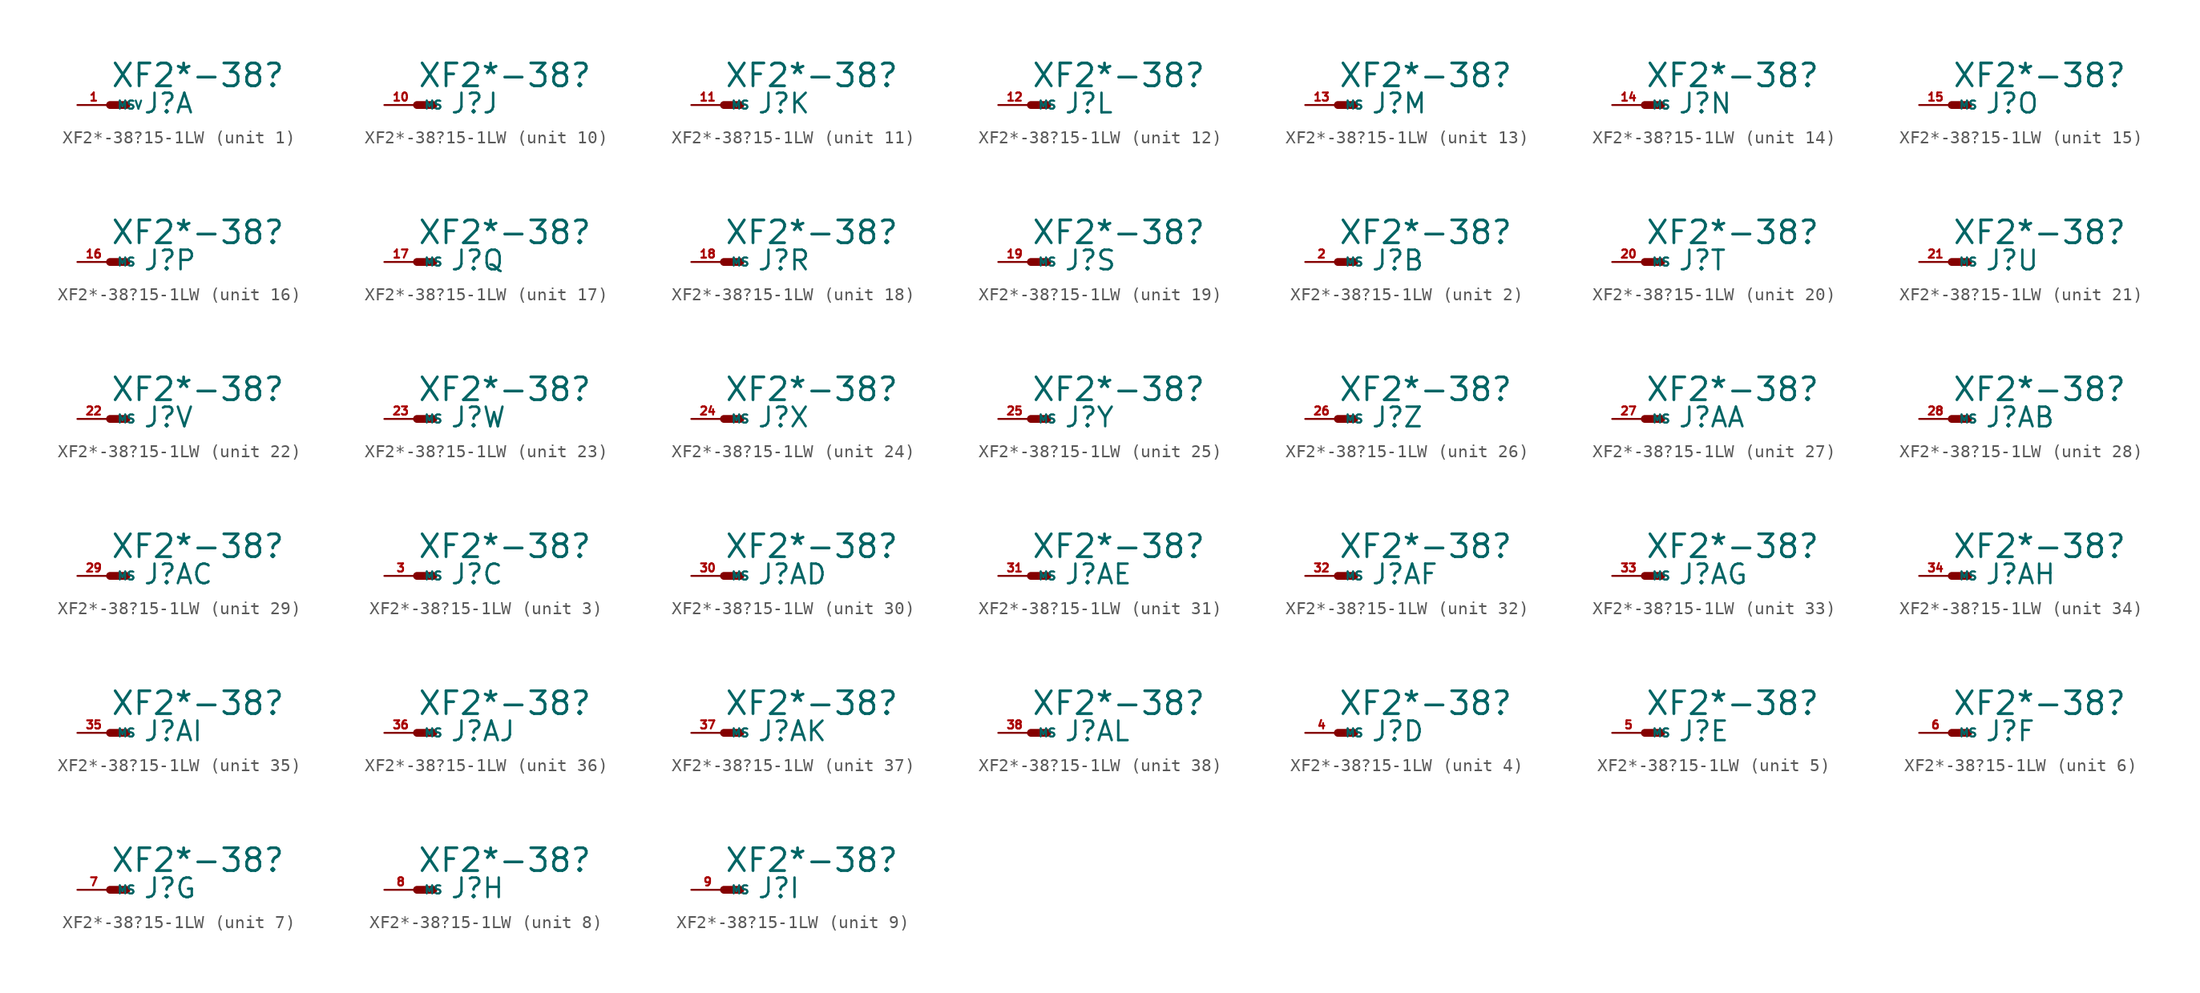
<source format=kicad_sym>
(kicad_symbol_lib
  (version 20220914)
  (generator Eagle2Kicad)
  (symbol "XF2*-38?15-1LW"
    (property "Reference" "J"
      (at 2.54 -0.762 0)
      (effects (font (size 1.524 1.524) (thickness 0.19)) (justify left bottom)))
    (property "Value" "XF2*-38?"
      (at 0 1.27 0)
      (effects (font (size 1.778 1.778) (thickness 0.22)) (justify left bottom)))
    (symbol "XF2*-38?15-1LW_1_0"
      (polyline (pts (xy 0 0) (xy 1.27 0)) (stroke (width 0.61) (type default)) (fill (type none)))
      (pin passive line (at -2.54 0 0) (length 2.54) (name "MSV" (effects (font (size 0.635 0.635) (thickness 0.08)) (justify left bottom))) (number "1" (effects (font (size 0.635 0.635) (thickness 0.08)) (justify left bottom)))))
    (symbol "XF2*-38?15-1LW_2_0"
      (polyline (pts (xy 0 0) (xy 1.27 0)) (stroke (width 0.61) (type default)) (fill (type none)))
      (pin passive line (at -2.54 0 0) (length 2.54) (name "MS" (effects (font (size 0.635 0.635) (thickness 0.08)) (justify left bottom))) (number "2" (effects (font (size 0.635 0.635) (thickness 0.08)) (justify left bottom)))))
    (symbol "XF2*-38?15-1LW_3_0"
      (polyline (pts (xy 0 0) (xy 1.27 0)) (stroke (width 0.61) (type default)) (fill (type none)))
      (pin passive line (at -2.54 0 0) (length 2.54) (name "MS" (effects (font (size 0.635 0.635) (thickness 0.08)) (justify left bottom))) (number "3" (effects (font (size 0.635 0.635) (thickness 0.08)) (justify left bottom)))))
    (symbol "XF2*-38?15-1LW_4_0"
      (polyline (pts (xy 0 0) (xy 1.27 0)) (stroke (width 0.61) (type default)) (fill (type none)))
      (pin passive line (at -2.54 0 0) (length 2.54) (name "MS" (effects (font (size 0.635 0.635) (thickness 0.08)) (justify left bottom))) (number "4" (effects (font (size 0.635 0.635) (thickness 0.08)) (justify left bottom)))))
    (symbol "XF2*-38?15-1LW_5_0"
      (polyline (pts (xy 0 0) (xy 1.27 0)) (stroke (width 0.61) (type default)) (fill (type none)))
      (pin passive line (at -2.54 0 0) (length 2.54) (name "MS" (effects (font (size 0.635 0.635) (thickness 0.08)) (justify left bottom))) (number "5" (effects (font (size 0.635 0.635) (thickness 0.08)) (justify left bottom)))))
    (symbol "XF2*-38?15-1LW_6_0"
      (polyline (pts (xy 0 0) (xy 1.27 0)) (stroke (width 0.61) (type default)) (fill (type none)))
      (pin passive line (at -2.54 0 0) (length 2.54) (name "MS" (effects (font (size 0.635 0.635) (thickness 0.08)) (justify left bottom))) (number "6" (effects (font (size 0.635 0.635) (thickness 0.08)) (justify left bottom)))))
    (symbol "XF2*-38?15-1LW_7_0"
      (polyline (pts (xy 0 0) (xy 1.27 0)) (stroke (width 0.61) (type default)) (fill (type none)))
      (pin passive line (at -2.54 0 0) (length 2.54) (name "MS" (effects (font (size 0.635 0.635) (thickness 0.08)) (justify left bottom))) (number "7" (effects (font (size 0.635 0.635) (thickness 0.08)) (justify left bottom)))))
    (symbol "XF2*-38?15-1LW_8_0"
      (polyline (pts (xy 0 0) (xy 1.27 0)) (stroke (width 0.61) (type default)) (fill (type none)))
      (pin passive line (at -2.54 0 0) (length 2.54) (name "MS" (effects (font (size 0.635 0.635) (thickness 0.08)) (justify left bottom))) (number "8" (effects (font (size 0.635 0.635) (thickness 0.08)) (justify left bottom)))))
    (symbol "XF2*-38?15-1LW_9_0"
      (polyline (pts (xy 0 0) (xy 1.27 0)) (stroke (width 0.61) (type default)) (fill (type none)))
      (pin passive line (at -2.54 0 0) (length 2.54) (name "MS" (effects (font (size 0.635 0.635) (thickness 0.08)) (justify left bottom))) (number "9" (effects (font (size 0.635 0.635) (thickness 0.08)) (justify left bottom)))))
    (symbol "XF2*-38?15-1LW_10_0"
      (polyline (pts (xy 0 0) (xy 1.27 0)) (stroke (width 0.61) (type default)) (fill (type none)))
      (pin passive line (at -2.54 0 0) (length 2.54) (name "MS" (effects (font (size 0.635 0.635) (thickness 0.08)) (justify left bottom))) (number "10" (effects (font (size 0.635 0.635) (thickness 0.08)) (justify left bottom)))))
    (symbol "XF2*-38?15-1LW_11_0"
      (polyline (pts (xy 0 0) (xy 1.27 0)) (stroke (width 0.61) (type default)) (fill (type none)))
      (pin passive line (at -2.54 0 0) (length 2.54) (name "MS" (effects (font (size 0.635 0.635) (thickness 0.08)) (justify left bottom))) (number "11" (effects (font (size 0.635 0.635) (thickness 0.08)) (justify left bottom)))))
    (symbol "XF2*-38?15-1LW_12_0"
      (polyline (pts (xy 0 0) (xy 1.27 0)) (stroke (width 0.61) (type default)) (fill (type none)))
      (pin passive line (at -2.54 0 0) (length 2.54) (name "MS" (effects (font (size 0.635 0.635) (thickness 0.08)) (justify left bottom))) (number "12" (effects (font (size 0.635 0.635) (thickness 0.08)) (justify left bottom)))))
    (symbol "XF2*-38?15-1LW_13_0"
      (polyline (pts (xy 0 0) (xy 1.27 0)) (stroke (width 0.61) (type default)) (fill (type none)))
      (pin passive line (at -2.54 0 0) (length 2.54) (name "MS" (effects (font (size 0.635 0.635) (thickness 0.08)) (justify left bottom))) (number "13" (effects (font (size 0.635 0.635) (thickness 0.08)) (justify left bottom)))))
    (symbol "XF2*-38?15-1LW_14_0"
      (polyline (pts (xy 0 0) (xy 1.27 0)) (stroke (width 0.61) (type default)) (fill (type none)))
      (pin passive line (at -2.54 0 0) (length 2.54) (name "MS" (effects (font (size 0.635 0.635) (thickness 0.08)) (justify left bottom))) (number "14" (effects (font (size 0.635 0.635) (thickness 0.08)) (justify left bottom)))))
    (symbol "XF2*-38?15-1LW_15_0"
      (polyline (pts (xy 0 0) (xy 1.27 0)) (stroke (width 0.61) (type default)) (fill (type none)))
      (pin passive line (at -2.54 0 0) (length 2.54) (name "MS" (effects (font (size 0.635 0.635) (thickness 0.08)) (justify left bottom))) (number "15" (effects (font (size 0.635 0.635) (thickness 0.08)) (justify left bottom)))))
    (symbol "XF2*-38?15-1LW_16_0"
      (polyline (pts (xy 0 0) (xy 1.27 0)) (stroke (width 0.61) (type default)) (fill (type none)))
      (pin passive line (at -2.54 0 0) (length 2.54) (name "MS" (effects (font (size 0.635 0.635) (thickness 0.08)) (justify left bottom))) (number "16" (effects (font (size 0.635 0.635) (thickness 0.08)) (justify left bottom)))))
    (symbol "XF2*-38?15-1LW_17_0"
      (polyline (pts (xy 0 0) (xy 1.27 0)) (stroke (width 0.61) (type default)) (fill (type none)))
      (pin passive line (at -2.54 0 0) (length 2.54) (name "MS" (effects (font (size 0.635 0.635) (thickness 0.08)) (justify left bottom))) (number "17" (effects (font (size 0.635 0.635) (thickness 0.08)) (justify left bottom)))))
    (symbol "XF2*-38?15-1LW_18_0"
      (polyline (pts (xy 0 0) (xy 1.27 0)) (stroke (width 0.61) (type default)) (fill (type none)))
      (pin passive line (at -2.54 0 0) (length 2.54) (name "MS" (effects (font (size 0.635 0.635) (thickness 0.08)) (justify left bottom))) (number "18" (effects (font (size 0.635 0.635) (thickness 0.08)) (justify left bottom)))))
    (symbol "XF2*-38?15-1LW_19_0"
      (polyline (pts (xy 0 0) (xy 1.27 0)) (stroke (width 0.61) (type default)) (fill (type none)))
      (pin passive line (at -2.54 0 0) (length 2.54) (name "MS" (effects (font (size 0.635 0.635) (thickness 0.08)) (justify left bottom))) (number "19" (effects (font (size 0.635 0.635) (thickness 0.08)) (justify left bottom)))))
    (symbol "XF2*-38?15-1LW_20_0"
      (polyline (pts (xy 0 0) (xy 1.27 0)) (stroke (width 0.61) (type default)) (fill (type none)))
      (pin passive line (at -2.54 0 0) (length 2.54) (name "MS" (effects (font (size 0.635 0.635) (thickness 0.08)) (justify left bottom))) (number "20" (effects (font (size 0.635 0.635) (thickness 0.08)) (justify left bottom)))))
    (symbol "XF2*-38?15-1LW_21_0"
      (polyline (pts (xy 0 0) (xy 1.27 0)) (stroke (width 0.61) (type default)) (fill (type none)))
      (pin passive line (at -2.54 0 0) (length 2.54) (name "MS" (effects (font (size 0.635 0.635) (thickness 0.08)) (justify left bottom))) (number "21" (effects (font (size 0.635 0.635) (thickness 0.08)) (justify left bottom)))))
    (symbol "XF2*-38?15-1LW_22_0"
      (polyline (pts (xy 0 0) (xy 1.27 0)) (stroke (width 0.61) (type default)) (fill (type none)))
      (pin passive line (at -2.54 0 0) (length 2.54) (name "MS" (effects (font (size 0.635 0.635) (thickness 0.08)) (justify left bottom))) (number "22" (effects (font (size 0.635 0.635) (thickness 0.08)) (justify left bottom)))))
    (symbol "XF2*-38?15-1LW_23_0"
      (polyline (pts (xy 0 0) (xy 1.27 0)) (stroke (width 0.61) (type default)) (fill (type none)))
      (pin passive line (at -2.54 0 0) (length 2.54) (name "MS" (effects (font (size 0.635 0.635) (thickness 0.08)) (justify left bottom))) (number "23" (effects (font (size 0.635 0.635) (thickness 0.08)) (justify left bottom)))))
    (symbol "XF2*-38?15-1LW_24_0"
      (polyline (pts (xy 0 0) (xy 1.27 0)) (stroke (width 0.61) (type default)) (fill (type none)))
      (pin passive line (at -2.54 0 0) (length 2.54) (name "MS" (effects (font (size 0.635 0.635) (thickness 0.08)) (justify left bottom))) (number "24" (effects (font (size 0.635 0.635) (thickness 0.08)) (justify left bottom)))))
    (symbol "XF2*-38?15-1LW_25_0"
      (polyline (pts (xy 0 0) (xy 1.27 0)) (stroke (width 0.61) (type default)) (fill (type none)))
      (pin passive line (at -2.54 0 0) (length 2.54) (name "MS" (effects (font (size 0.635 0.635) (thickness 0.08)) (justify left bottom))) (number "25" (effects (font (size 0.635 0.635) (thickness 0.08)) (justify left bottom)))))
    (symbol "XF2*-38?15-1LW_26_0"
      (polyline (pts (xy 0 0) (xy 1.27 0)) (stroke (width 0.61) (type default)) (fill (type none)))
      (pin passive line (at -2.54 0 0) (length 2.54) (name "MS" (effects (font (size 0.635 0.635) (thickness 0.08)) (justify left bottom))) (number "26" (effects (font (size 0.635 0.635) (thickness 0.08)) (justify left bottom)))))
    (symbol "XF2*-38?15-1LW_27_0"
      (polyline (pts (xy 0 0) (xy 1.27 0)) (stroke (width 0.61) (type default)) (fill (type none)))
      (pin passive line (at -2.54 0 0) (length 2.54) (name "MS" (effects (font (size 0.635 0.635) (thickness 0.08)) (justify left bottom))) (number "27" (effects (font (size 0.635 0.635) (thickness 0.08)) (justify left bottom)))))
    (symbol "XF2*-38?15-1LW_28_0"
      (polyline (pts (xy 0 0) (xy 1.27 0)) (stroke (width 0.61) (type default)) (fill (type none)))
      (pin passive line (at -2.54 0 0) (length 2.54) (name "MS" (effects (font (size 0.635 0.635) (thickness 0.08)) (justify left bottom))) (number "28" (effects (font (size 0.635 0.635) (thickness 0.08)) (justify left bottom)))))
    (symbol "XF2*-38?15-1LW_29_0"
      (polyline (pts (xy 0 0) (xy 1.27 0)) (stroke (width 0.61) (type default)) (fill (type none)))
      (pin passive line (at -2.54 0 0) (length 2.54) (name "MS" (effects (font (size 0.635 0.635) (thickness 0.08)) (justify left bottom))) (number "29" (effects (font (size 0.635 0.635) (thickness 0.08)) (justify left bottom)))))
    (symbol "XF2*-38?15-1LW_30_0"
      (polyline (pts (xy 0 0) (xy 1.27 0)) (stroke (width 0.61) (type default)) (fill (type none)))
      (pin passive line (at -2.54 0 0) (length 2.54) (name "MS" (effects (font (size 0.635 0.635) (thickness 0.08)) (justify left bottom))) (number "30" (effects (font (size 0.635 0.635) (thickness 0.08)) (justify left bottom)))))
    (symbol "XF2*-38?15-1LW_31_0"
      (polyline (pts (xy 0 0) (xy 1.27 0)) (stroke (width 0.61) (type default)) (fill (type none)))
      (pin passive line (at -2.54 0 0) (length 2.54) (name "MS" (effects (font (size 0.635 0.635) (thickness 0.08)) (justify left bottom))) (number "31" (effects (font (size 0.635 0.635) (thickness 0.08)) (justify left bottom)))))
    (symbol "XF2*-38?15-1LW_32_0"
      (polyline (pts (xy 0 0) (xy 1.27 0)) (stroke (width 0.61) (type default)) (fill (type none)))
      (pin passive line (at -2.54 0 0) (length 2.54) (name "MS" (effects (font (size 0.635 0.635) (thickness 0.08)) (justify left bottom))) (number "32" (effects (font (size 0.635 0.635) (thickness 0.08)) (justify left bottom)))))
    (symbol "XF2*-38?15-1LW_33_0"
      (polyline (pts (xy 0 0) (xy 1.27 0)) (stroke (width 0.61) (type default)) (fill (type none)))
      (pin passive line (at -2.54 0 0) (length 2.54) (name "MS" (effects (font (size 0.635 0.635) (thickness 0.08)) (justify left bottom))) (number "33" (effects (font (size 0.635 0.635) (thickness 0.08)) (justify left bottom)))))
    (symbol "XF2*-38?15-1LW_34_0"
      (polyline (pts (xy 0 0) (xy 1.27 0)) (stroke (width 0.61) (type default)) (fill (type none)))
      (pin passive line (at -2.54 0 0) (length 2.54) (name "MS" (effects (font (size 0.635 0.635) (thickness 0.08)) (justify left bottom))) (number "34" (effects (font (size 0.635 0.635) (thickness 0.08)) (justify left bottom)))))
    (symbol "XF2*-38?15-1LW_35_0"
      (polyline (pts (xy 0 0) (xy 1.27 0)) (stroke (width 0.61) (type default)) (fill (type none)))
      (pin passive line (at -2.54 0 0) (length 2.54) (name "MS" (effects (font (size 0.635 0.635) (thickness 0.08)) (justify left bottom))) (number "35" (effects (font (size 0.635 0.635) (thickness 0.08)) (justify left bottom)))))
    (symbol "XF2*-38?15-1LW_36_0"
      (polyline (pts (xy 0 0) (xy 1.27 0)) (stroke (width 0.61) (type default)) (fill (type none)))
      (pin passive line (at -2.54 0 0) (length 2.54) (name "MS" (effects (font (size 0.635 0.635) (thickness 0.08)) (justify left bottom))) (number "36" (effects (font (size 0.635 0.635) (thickness 0.08)) (justify left bottom)))))
    (symbol "XF2*-38?15-1LW_37_0"
      (polyline (pts (xy 0 0) (xy 1.27 0)) (stroke (width 0.61) (type default)) (fill (type none)))
      (pin passive line (at -2.54 0 0) (length 2.54) (name "MS" (effects (font (size 0.635 0.635) (thickness 0.08)) (justify left bottom))) (number "37" (effects (font (size 0.635 0.635) (thickness 0.08)) (justify left bottom)))))
    (symbol "XF2*-38?15-1LW_38_0"
      (polyline (pts (xy 0 0) (xy 1.27 0)) (stroke (width 0.61) (type default)) (fill (type none)))
      (pin passive line (at -2.54 0 0) (length 2.54) (name "MS" (effects (font (size 0.635 0.635) (thickness 0.08)) (justify left bottom))) (number "38" (effects (font (size 0.635 0.635) (thickness 0.08)) (justify left bottom)))))))
</source>
